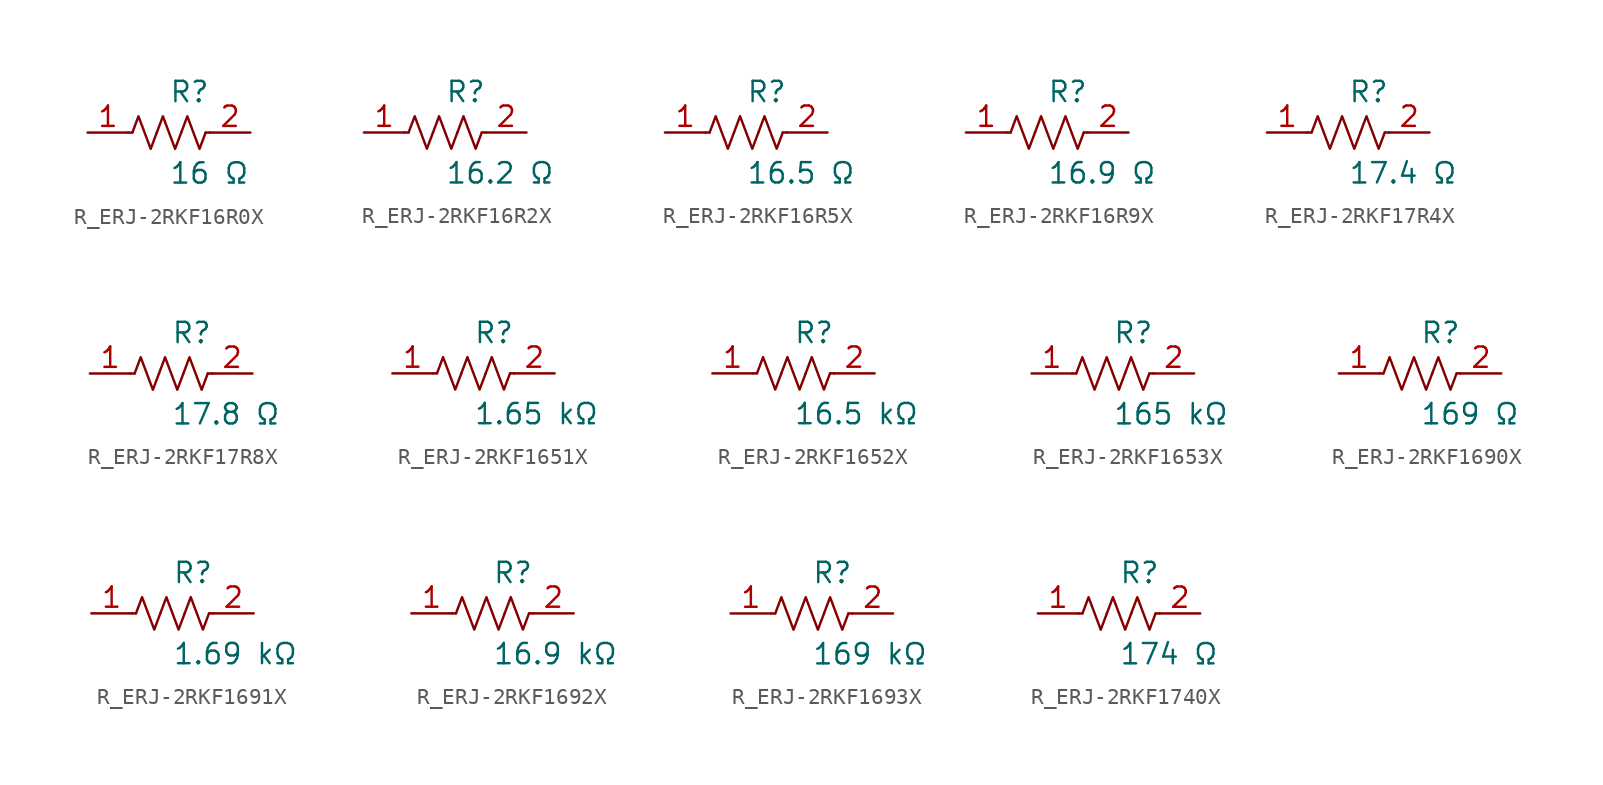
<source format=kicad_sym>
(kicad_symbol_lib
  (version 20231120)
  (generator kicad_symbol_editor)
  (generator_version 8.0)
  (symbol "R_ERJ-2RKF16R0X"
    (pin_names
      (offset 0.254))
    (property "Reference" "R"
      (at 0 2.54 0)
      (effects (font (size 1.27 1.27)) (justify left)))
    (property "Value" "16 Ω"
      (at 0 -2.54 0)
      (effects (font (size 1.27 1.27)) (justify left)))
    (symbol "R_ERJ-2RKF16R0X_0_1"
      (polyline (pts (xy 2.286 0) (xy 2.54 0)) (stroke (width 0) (type default)) (fill (type none)))
      (polyline (pts (xy -2.286 0) (xy -2.54 0)) (stroke (width 0) (type default)) (fill (type none)))
      (polyline (pts (xy 0.762 0) (xy 1.143 1.016) (xy 1.524 0) (xy 1.905 -1.016) (xy 2.286 0)) (stroke (width 0) (type default)) (fill (type none)))
      (polyline (pts (xy -0.762 0) (xy -0.381 1.016) (xy 0 0) (xy 0.381 -1.016) (xy 0.762 0)) (stroke (width 0) (type default)) (fill (type none)))
      (polyline (pts (xy -2.286 0) (xy -1.905 1.016) (xy -1.524 0) (xy -1.143 -1.016) (xy -0.762 0)) (stroke (width 0) (type default)) (fill (type none))))
    (pin passive line
      (at -5.08 0 0)
      (length 2.54)
      (name "" (effects (font (size 1.27 1.27))))
      (number "1" (effects (font (size 1.27 1.27)))))
    (pin passive line
      (at 5.08 0 180)
      (length 2.54)
      (name "" (effects (font (size 1.27 1.27))))
      (number "2" (effects (font (size 1.27 1.27))))))
  (symbol "R_ERJ-2RKF16R2X"
    (pin_names
      (offset 0.254))
    (property "Reference" "R"
      (at 0 2.54 0)
      (effects (font (size 1.27 1.27)) (justify left)))
    (property "Value" "16.2 Ω"
      (at 0 -2.54 0)
      (effects (font (size 1.27 1.27)) (justify left)))
    (symbol "R_ERJ-2RKF16R2X_0_1"
      (polyline (pts (xy 2.286 0) (xy 2.54 0)) (stroke (width 0) (type default)) (fill (type none)))
      (polyline (pts (xy -2.286 0) (xy -2.54 0)) (stroke (width 0) (type default)) (fill (type none)))
      (polyline (pts (xy 0.762 0) (xy 1.143 1.016) (xy 1.524 0) (xy 1.905 -1.016) (xy 2.286 0)) (stroke (width 0) (type default)) (fill (type none)))
      (polyline (pts (xy -0.762 0) (xy -0.381 1.016) (xy 0 0) (xy 0.381 -1.016) (xy 0.762 0)) (stroke (width 0) (type default)) (fill (type none)))
      (polyline (pts (xy -2.286 0) (xy -1.905 1.016) (xy -1.524 0) (xy -1.143 -1.016) (xy -0.762 0)) (stroke (width 0) (type default)) (fill (type none))))
    (pin passive line
      (at -5.08 0 0)
      (length 2.54)
      (name "" (effects (font (size 1.27 1.27))))
      (number "1" (effects (font (size 1.27 1.27)))))
    (pin passive line
      (at 5.08 0 180)
      (length 2.54)
      (name "" (effects (font (size 1.27 1.27))))
      (number "2" (effects (font (size 1.27 1.27))))))
  (symbol "R_ERJ-2RKF16R5X"
    (pin_names
      (offset 0.254))
    (property "Reference" "R"
      (at 0 2.54 0)
      (effects (font (size 1.27 1.27)) (justify left)))
    (property "Value" "16.5 Ω"
      (at 0 -2.54 0)
      (effects (font (size 1.27 1.27)) (justify left)))
    (symbol "R_ERJ-2RKF16R5X_0_1"
      (polyline (pts (xy 2.286 0) (xy 2.54 0)) (stroke (width 0) (type default)) (fill (type none)))
      (polyline (pts (xy -2.286 0) (xy -2.54 0)) (stroke (width 0) (type default)) (fill (type none)))
      (polyline (pts (xy 0.762 0) (xy 1.143 1.016) (xy 1.524 0) (xy 1.905 -1.016) (xy 2.286 0)) (stroke (width 0) (type default)) (fill (type none)))
      (polyline (pts (xy -0.762 0) (xy -0.381 1.016) (xy 0 0) (xy 0.381 -1.016) (xy 0.762 0)) (stroke (width 0) (type default)) (fill (type none)))
      (polyline (pts (xy -2.286 0) (xy -1.905 1.016) (xy -1.524 0) (xy -1.143 -1.016) (xy -0.762 0)) (stroke (width 0) (type default)) (fill (type none))))
    (pin passive line
      (at -5.08 0 0)
      (length 2.54)
      (name "" (effects (font (size 1.27 1.27))))
      (number "1" (effects (font (size 1.27 1.27)))))
    (pin passive line
      (at 5.08 0 180)
      (length 2.54)
      (name "" (effects (font (size 1.27 1.27))))
      (number "2" (effects (font (size 1.27 1.27))))))
  (symbol "R_ERJ-2RKF16R9X"
    (pin_names
      (offset 0.254))
    (property "Reference" "R"
      (at 0 2.54 0)
      (effects (font (size 1.27 1.27)) (justify left)))
    (property "Value" "16.9 Ω"
      (at 0 -2.54 0)
      (effects (font (size 1.27 1.27)) (justify left)))
    (symbol "R_ERJ-2RKF16R9X_0_1"
      (polyline (pts (xy 2.286 0) (xy 2.54 0)) (stroke (width 0) (type default)) (fill (type none)))
      (polyline (pts (xy -2.286 0) (xy -2.54 0)) (stroke (width 0) (type default)) (fill (type none)))
      (polyline (pts (xy 0.762 0) (xy 1.143 1.016) (xy 1.524 0) (xy 1.905 -1.016) (xy 2.286 0)) (stroke (width 0) (type default)) (fill (type none)))
      (polyline (pts (xy -0.762 0) (xy -0.381 1.016) (xy 0 0) (xy 0.381 -1.016) (xy 0.762 0)) (stroke (width 0) (type default)) (fill (type none)))
      (polyline (pts (xy -2.286 0) (xy -1.905 1.016) (xy -1.524 0) (xy -1.143 -1.016) (xy -0.762 0)) (stroke (width 0) (type default)) (fill (type none))))
    (pin passive line
      (at -5.08 0 0)
      (length 2.54)
      (name "" (effects (font (size 1.27 1.27))))
      (number "1" (effects (font (size 1.27 1.27)))))
    (pin passive line
      (at 5.08 0 180)
      (length 2.54)
      (name "" (effects (font (size 1.27 1.27))))
      (number "2" (effects (font (size 1.27 1.27))))))
  (symbol "R_ERJ-2RKF17R4X"
    (pin_names
      (offset 0.254))
    (property "Reference" "R"
      (at 0 2.54 0)
      (effects (font (size 1.27 1.27)) (justify left)))
    (property "Value" "17.4 Ω"
      (at 0 -2.54 0)
      (effects (font (size 1.27 1.27)) (justify left)))
    (symbol "R_ERJ-2RKF17R4X_0_1"
      (polyline (pts (xy 2.286 0) (xy 2.54 0)) (stroke (width 0) (type default)) (fill (type none)))
      (polyline (pts (xy -2.286 0) (xy -2.54 0)) (stroke (width 0) (type default)) (fill (type none)))
      (polyline (pts (xy 0.762 0) (xy 1.143 1.016) (xy 1.524 0) (xy 1.905 -1.016) (xy 2.286 0)) (stroke (width 0) (type default)) (fill (type none)))
      (polyline (pts (xy -0.762 0) (xy -0.381 1.016) (xy 0 0) (xy 0.381 -1.016) (xy 0.762 0)) (stroke (width 0) (type default)) (fill (type none)))
      (polyline (pts (xy -2.286 0) (xy -1.905 1.016) (xy -1.524 0) (xy -1.143 -1.016) (xy -0.762 0)) (stroke (width 0) (type default)) (fill (type none))))
    (pin passive line
      (at -5.08 0 0)
      (length 2.54)
      (name "" (effects (font (size 1.27 1.27))))
      (number "1" (effects (font (size 1.27 1.27)))))
    (pin passive line
      (at 5.08 0 180)
      (length 2.54)
      (name "" (effects (font (size 1.27 1.27))))
      (number "2" (effects (font (size 1.27 1.27))))))
  (symbol "R_ERJ-2RKF17R8X"
    (pin_names
      (offset 0.254))
    (property "Reference" "R"
      (at 0 2.54 0)
      (effects (font (size 1.27 1.27)) (justify left)))
    (property "Value" "17.8 Ω"
      (at 0 -2.54 0)
      (effects (font (size 1.27 1.27)) (justify left)))
    (symbol "R_ERJ-2RKF17R8X_0_1"
      (polyline (pts (xy 2.286 0) (xy 2.54 0)) (stroke (width 0) (type default)) (fill (type none)))
      (polyline (pts (xy -2.286 0) (xy -2.54 0)) (stroke (width 0) (type default)) (fill (type none)))
      (polyline (pts (xy 0.762 0) (xy 1.143 1.016) (xy 1.524 0) (xy 1.905 -1.016) (xy 2.286 0)) (stroke (width 0) (type default)) (fill (type none)))
      (polyline (pts (xy -0.762 0) (xy -0.381 1.016) (xy 0 0) (xy 0.381 -1.016) (xy 0.762 0)) (stroke (width 0) (type default)) (fill (type none)))
      (polyline (pts (xy -2.286 0) (xy -1.905 1.016) (xy -1.524 0) (xy -1.143 -1.016) (xy -0.762 0)) (stroke (width 0) (type default)) (fill (type none))))
    (pin passive line
      (at -5.08 0 0)
      (length 2.54)
      (name "" (effects (font (size 1.27 1.27))))
      (number "1" (effects (font (size 1.27 1.27)))))
    (pin passive line
      (at 5.08 0 180)
      (length 2.54)
      (name "" (effects (font (size 1.27 1.27))))
      (number "2" (effects (font (size 1.27 1.27))))))
  (symbol "R_ERJ-2RKF1651X"
    (pin_names
      (offset 0.254))
    (property "Reference" "R"
      (at 0 2.54 0)
      (effects (font (size 1.27 1.27)) (justify left)))
    (property "Value" "1.65 kΩ"
      (at 0 -2.54 0)
      (effects (font (size 1.27 1.27)) (justify left)))
    (symbol "R_ERJ-2RKF1651X_0_1"
      (polyline (pts (xy 2.286 0) (xy 2.54 0)) (stroke (width 0) (type default)) (fill (type none)))
      (polyline (pts (xy -2.286 0) (xy -2.54 0)) (stroke (width 0) (type default)) (fill (type none)))
      (polyline (pts (xy 0.762 0) (xy 1.143 1.016) (xy 1.524 0) (xy 1.905 -1.016) (xy 2.286 0)) (stroke (width 0) (type default)) (fill (type none)))
      (polyline (pts (xy -0.762 0) (xy -0.381 1.016) (xy 0 0) (xy 0.381 -1.016) (xy 0.762 0)) (stroke (width 0) (type default)) (fill (type none)))
      (polyline (pts (xy -2.286 0) (xy -1.905 1.016) (xy -1.524 0) (xy -1.143 -1.016) (xy -0.762 0)) (stroke (width 0) (type default)) (fill (type none))))
    (pin passive line
      (at -5.08 0 0)
      (length 2.54)
      (name "" (effects (font (size 1.27 1.27))))
      (number "1" (effects (font (size 1.27 1.27)))))
    (pin passive line
      (at 5.08 0 180)
      (length 2.54)
      (name "" (effects (font (size 1.27 1.27))))
      (number "2" (effects (font (size 1.27 1.27))))))
  (symbol "R_ERJ-2RKF1652X"
    (pin_names
      (offset 0.254))
    (property "Reference" "R"
      (at 0 2.54 0)
      (effects (font (size 1.27 1.27)) (justify left)))
    (property "Value" "16.5 kΩ"
      (at 0 -2.54 0)
      (effects (font (size 1.27 1.27)) (justify left)))
    (symbol "R_ERJ-2RKF1652X_0_1"
      (polyline (pts (xy 2.286 0) (xy 2.54 0)) (stroke (width 0) (type default)) (fill (type none)))
      (polyline (pts (xy -2.286 0) (xy -2.54 0)) (stroke (width 0) (type default)) (fill (type none)))
      (polyline (pts (xy 0.762 0) (xy 1.143 1.016) (xy 1.524 0) (xy 1.905 -1.016) (xy 2.286 0)) (stroke (width 0) (type default)) (fill (type none)))
      (polyline (pts (xy -0.762 0) (xy -0.381 1.016) (xy 0 0) (xy 0.381 -1.016) (xy 0.762 0)) (stroke (width 0) (type default)) (fill (type none)))
      (polyline (pts (xy -2.286 0) (xy -1.905 1.016) (xy -1.524 0) (xy -1.143 -1.016) (xy -0.762 0)) (stroke (width 0) (type default)) (fill (type none))))
    (pin passive line
      (at -5.08 0 0)
      (length 2.54)
      (name "" (effects (font (size 1.27 1.27))))
      (number "1" (effects (font (size 1.27 1.27)))))
    (pin passive line
      (at 5.08 0 180)
      (length 2.54)
      (name "" (effects (font (size 1.27 1.27))))
      (number "2" (effects (font (size 1.27 1.27))))))
  (symbol "R_ERJ-2RKF1653X"
    (pin_names
      (offset 0.254))
    (property "Reference" "R"
      (at 0 2.54 0)
      (effects (font (size 1.27 1.27)) (justify left)))
    (property "Value" "165 kΩ"
      (at 0 -2.54 0)
      (effects (font (size 1.27 1.27)) (justify left)))
    (symbol "R_ERJ-2RKF1653X_0_1"
      (polyline (pts (xy 2.286 0) (xy 2.54 0)) (stroke (width 0) (type default)) (fill (type none)))
      (polyline (pts (xy -2.286 0) (xy -2.54 0)) (stroke (width 0) (type default)) (fill (type none)))
      (polyline (pts (xy 0.762 0) (xy 1.143 1.016) (xy 1.524 0) (xy 1.905 -1.016) (xy 2.286 0)) (stroke (width 0) (type default)) (fill (type none)))
      (polyline (pts (xy -0.762 0) (xy -0.381 1.016) (xy 0 0) (xy 0.381 -1.016) (xy 0.762 0)) (stroke (width 0) (type default)) (fill (type none)))
      (polyline (pts (xy -2.286 0) (xy -1.905 1.016) (xy -1.524 0) (xy -1.143 -1.016) (xy -0.762 0)) (stroke (width 0) (type default)) (fill (type none))))
    (pin passive line
      (at -5.08 0 0)
      (length 2.54)
      (name "" (effects (font (size 1.27 1.27))))
      (number "1" (effects (font (size 1.27 1.27)))))
    (pin passive line
      (at 5.08 0 180)
      (length 2.54)
      (name "" (effects (font (size 1.27 1.27))))
      (number "2" (effects (font (size 1.27 1.27))))))
  (symbol "R_ERJ-2RKF1690X"
    (pin_names
      (offset 0.254))
    (property "Reference" "R"
      (at 0 2.54 0)
      (effects (font (size 1.27 1.27)) (justify left)))
    (property "Value" "169 Ω"
      (at 0 -2.54 0)
      (effects (font (size 1.27 1.27)) (justify left)))
    (symbol "R_ERJ-2RKF1690X_0_1"
      (polyline (pts (xy 2.286 0) (xy 2.54 0)) (stroke (width 0) (type default)) (fill (type none)))
      (polyline (pts (xy -2.286 0) (xy -2.54 0)) (stroke (width 0) (type default)) (fill (type none)))
      (polyline (pts (xy 0.762 0) (xy 1.143 1.016) (xy 1.524 0) (xy 1.905 -1.016) (xy 2.286 0)) (stroke (width 0) (type default)) (fill (type none)))
      (polyline (pts (xy -0.762 0) (xy -0.381 1.016) (xy 0 0) (xy 0.381 -1.016) (xy 0.762 0)) (stroke (width 0) (type default)) (fill (type none)))
      (polyline (pts (xy -2.286 0) (xy -1.905 1.016) (xy -1.524 0) (xy -1.143 -1.016) (xy -0.762 0)) (stroke (width 0) (type default)) (fill (type none))))
    (pin passive line
      (at -5.08 0 0)
      (length 2.54)
      (name "" (effects (font (size 1.27 1.27))))
      (number "1" (effects (font (size 1.27 1.27)))))
    (pin passive line
      (at 5.08 0 180)
      (length 2.54)
      (name "" (effects (font (size 1.27 1.27))))
      (number "2" (effects (font (size 1.27 1.27))))))
  (symbol "R_ERJ-2RKF1691X"
    (pin_names
      (offset 0.254))
    (property "Reference" "R"
      (at 0 2.54 0)
      (effects (font (size 1.27 1.27)) (justify left)))
    (property "Value" "1.69 kΩ"
      (at 0 -2.54 0)
      (effects (font (size 1.27 1.27)) (justify left)))
    (symbol "R_ERJ-2RKF1691X_0_1"
      (polyline (pts (xy 2.286 0) (xy 2.54 0)) (stroke (width 0) (type default)) (fill (type none)))
      (polyline (pts (xy -2.286 0) (xy -2.54 0)) (stroke (width 0) (type default)) (fill (type none)))
      (polyline (pts (xy 0.762 0) (xy 1.143 1.016) (xy 1.524 0) (xy 1.905 -1.016) (xy 2.286 0)) (stroke (width 0) (type default)) (fill (type none)))
      (polyline (pts (xy -0.762 0) (xy -0.381 1.016) (xy 0 0) (xy 0.381 -1.016) (xy 0.762 0)) (stroke (width 0) (type default)) (fill (type none)))
      (polyline (pts (xy -2.286 0) (xy -1.905 1.016) (xy -1.524 0) (xy -1.143 -1.016) (xy -0.762 0)) (stroke (width 0) (type default)) (fill (type none))))
    (pin passive line
      (at -5.08 0 0)
      (length 2.54)
      (name "" (effects (font (size 1.27 1.27))))
      (number "1" (effects (font (size 1.27 1.27)))))
    (pin passive line
      (at 5.08 0 180)
      (length 2.54)
      (name "" (effects (font (size 1.27 1.27))))
      (number "2" (effects (font (size 1.27 1.27))))))
  (symbol "R_ERJ-2RKF1692X"
    (pin_names
      (offset 0.254))
    (property "Reference" "R"
      (at 0 2.54 0)
      (effects (font (size 1.27 1.27)) (justify left)))
    (property "Value" "16.9 kΩ"
      (at 0 -2.54 0)
      (effects (font (size 1.27 1.27)) (justify left)))
    (symbol "R_ERJ-2RKF1692X_0_1"
      (polyline (pts (xy 2.286 0) (xy 2.54 0)) (stroke (width 0) (type default)) (fill (type none)))
      (polyline (pts (xy -2.286 0) (xy -2.54 0)) (stroke (width 0) (type default)) (fill (type none)))
      (polyline (pts (xy 0.762 0) (xy 1.143 1.016) (xy 1.524 0) (xy 1.905 -1.016) (xy 2.286 0)) (stroke (width 0) (type default)) (fill (type none)))
      (polyline (pts (xy -0.762 0) (xy -0.381 1.016) (xy 0 0) (xy 0.381 -1.016) (xy 0.762 0)) (stroke (width 0) (type default)) (fill (type none)))
      (polyline (pts (xy -2.286 0) (xy -1.905 1.016) (xy -1.524 0) (xy -1.143 -1.016) (xy -0.762 0)) (stroke (width 0) (type default)) (fill (type none))))
    (pin passive line
      (at -5.08 0 0)
      (length 2.54)
      (name "" (effects (font (size 1.27 1.27))))
      (number "1" (effects (font (size 1.27 1.27)))))
    (pin passive line
      (at 5.08 0 180)
      (length 2.54)
      (name "" (effects (font (size 1.27 1.27))))
      (number "2" (effects (font (size 1.27 1.27))))))
  (symbol "R_ERJ-2RKF1693X"
    (pin_names
      (offset 0.254))
    (property "Reference" "R"
      (at 0 2.54 0)
      (effects (font (size 1.27 1.27)) (justify left)))
    (property "Value" "169 kΩ"
      (at 0 -2.54 0)
      (effects (font (size 1.27 1.27)) (justify left)))
    (symbol "R_ERJ-2RKF1693X_0_1"
      (polyline (pts (xy 2.286 0) (xy 2.54 0)) (stroke (width 0) (type default)) (fill (type none)))
      (polyline (pts (xy -2.286 0) (xy -2.54 0)) (stroke (width 0) (type default)) (fill (type none)))
      (polyline (pts (xy 0.762 0) (xy 1.143 1.016) (xy 1.524 0) (xy 1.905 -1.016) (xy 2.286 0)) (stroke (width 0) (type default)) (fill (type none)))
      (polyline (pts (xy -0.762 0) (xy -0.381 1.016) (xy 0 0) (xy 0.381 -1.016) (xy 0.762 0)) (stroke (width 0) (type default)) (fill (type none)))
      (polyline (pts (xy -2.286 0) (xy -1.905 1.016) (xy -1.524 0) (xy -1.143 -1.016) (xy -0.762 0)) (stroke (width 0) (type default)) (fill (type none))))
    (pin passive line
      (at -5.08 0 0)
      (length 2.54)
      (name "" (effects (font (size 1.27 1.27))))
      (number "1" (effects (font (size 1.27 1.27)))))
    (pin passive line
      (at 5.08 0 180)
      (length 2.54)
      (name "" (effects (font (size 1.27 1.27))))
      (number "2" (effects (font (size 1.27 1.27))))))
  (symbol "R_ERJ-2RKF1740X"
    (pin_names
      (offset 0.254))
    (property "Reference" "R"
      (at 0 2.54 0)
      (effects (font (size 1.27 1.27)) (justify left)))
    (property "Value" "174 Ω"
      (at 0 -2.54 0)
      (effects (font (size 1.27 1.27)) (justify left)))
    (symbol "R_ERJ-2RKF1740X_0_1"
      (polyline (pts (xy 2.286 0) (xy 2.54 0)) (stroke (width 0) (type default)) (fill (type none)))
      (polyline (pts (xy -2.286 0) (xy -2.54 0)) (stroke (width 0) (type default)) (fill (type none)))
      (polyline (pts (xy 0.762 0) (xy 1.143 1.016) (xy 1.524 0) (xy 1.905 -1.016) (xy 2.286 0)) (stroke (width 0) (type default)) (fill (type none)))
      (polyline (pts (xy -0.762 0) (xy -0.381 1.016) (xy 0 0) (xy 0.381 -1.016) (xy 0.762 0)) (stroke (width 0) (type default)) (fill (type none)))
      (polyline (pts (xy -2.286 0) (xy -1.905 1.016) (xy -1.524 0) (xy -1.143 -1.016) (xy -0.762 0)) (stroke (width 0) (type default)) (fill (type none))))
    (pin passive line
      (at -5.08 0 0)
      (length 2.54)
      (name "" (effects (font (size 1.27 1.27))))
      (number "1" (effects (font (size 1.27 1.27)))))
    (pin passive line
      (at 5.08 0 180)
      (length 2.54)
      (name "" (effects (font (size 1.27 1.27))))
      (number "2" (effects (font (size 1.27 1.27)))))))
</source>
